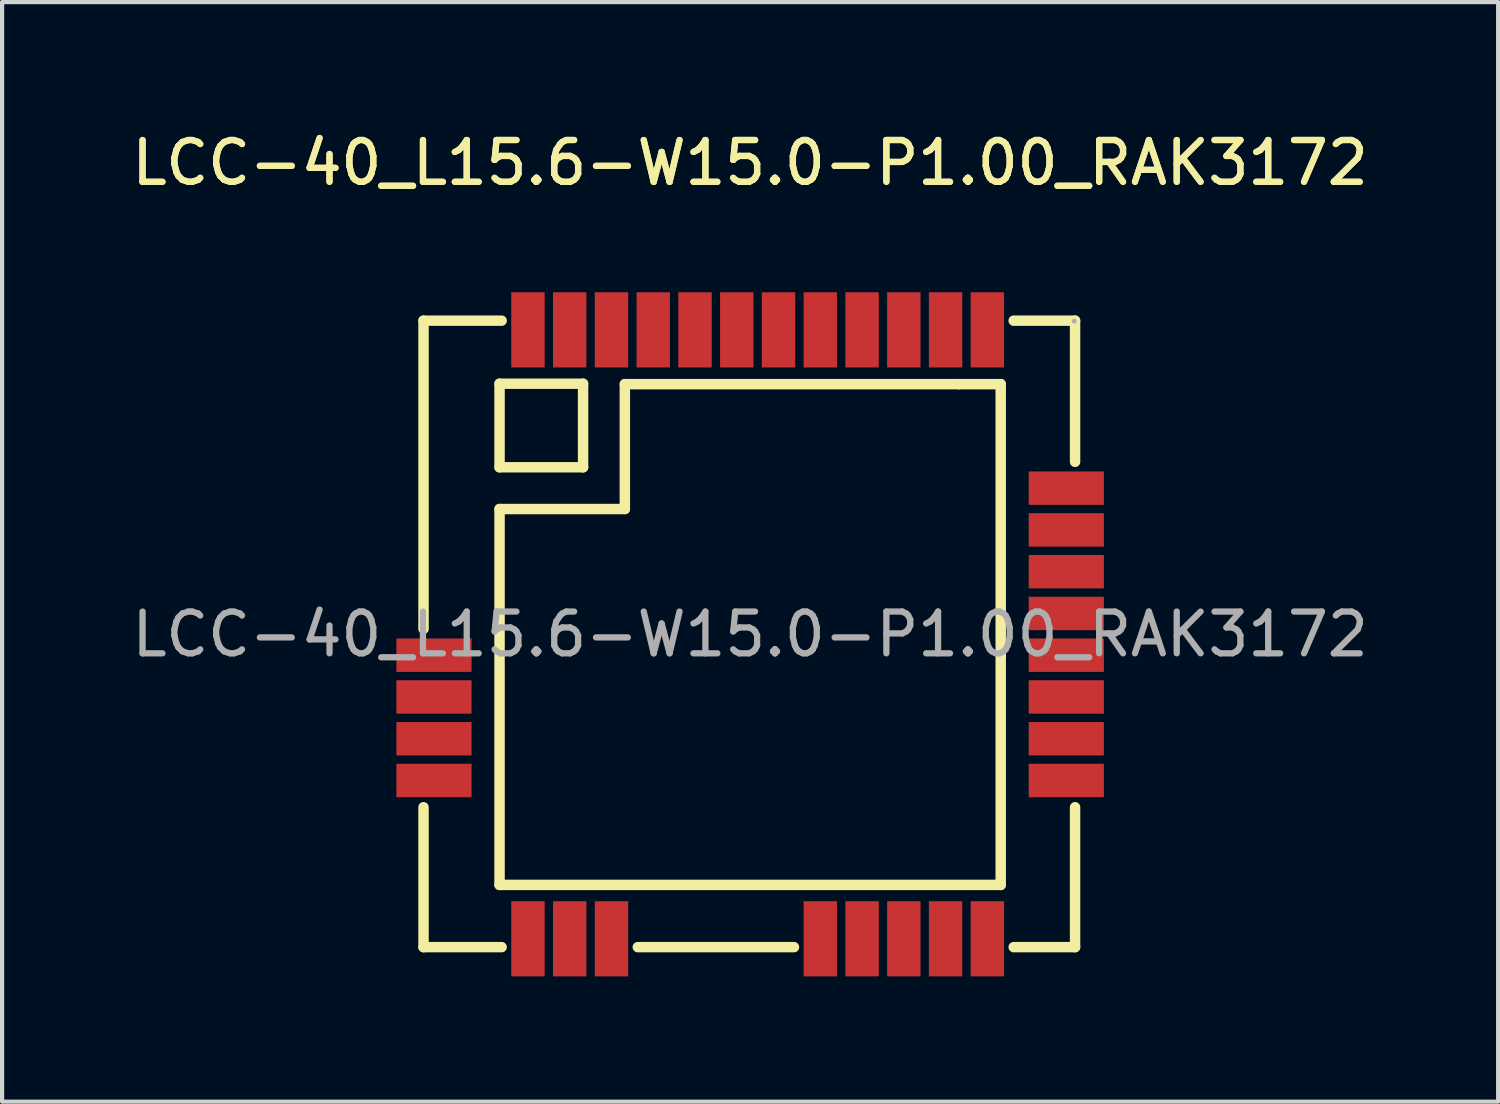
<source format=kicad_pcb>
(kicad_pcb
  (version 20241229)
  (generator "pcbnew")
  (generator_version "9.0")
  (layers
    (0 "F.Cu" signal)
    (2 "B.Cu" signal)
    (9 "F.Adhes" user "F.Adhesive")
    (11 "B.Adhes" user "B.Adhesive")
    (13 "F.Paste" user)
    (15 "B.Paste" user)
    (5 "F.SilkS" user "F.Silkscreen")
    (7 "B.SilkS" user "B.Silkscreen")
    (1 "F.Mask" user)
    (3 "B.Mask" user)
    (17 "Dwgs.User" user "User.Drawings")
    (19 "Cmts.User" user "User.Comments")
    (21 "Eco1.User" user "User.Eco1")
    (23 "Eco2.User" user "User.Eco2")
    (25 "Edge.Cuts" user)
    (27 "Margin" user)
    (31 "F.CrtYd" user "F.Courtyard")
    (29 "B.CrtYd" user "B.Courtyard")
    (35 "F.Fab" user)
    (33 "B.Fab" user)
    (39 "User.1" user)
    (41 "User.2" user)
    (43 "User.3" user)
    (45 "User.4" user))
  (footprint "LCC-40_L15.6-W15.0-P1.00_RAK3172"
    (layer "F.Cu")
    (at 14.911 12.138)
    (property "Reference" "LCC-40_L15.6-W15.0-P1.00_RAK3172" (at 0 -11.29 0) (layer "F.SilkS") (effects (font (size 1 1) (thickness 0.15))))
    (attr smd)
    (fp_line (start -7.82 -7.51) (end -7.82 -0.13) (stroke (width 0.25) (type solid)) (layer "F.SilkS"))
    (fp_line (start -7.82 4.14) (end -7.82 7.49) (stroke (width 0.25) (type solid)) (layer "F.SilkS"))
    (fp_line (start -7.82 7.49) (end -5.95 7.49) (stroke (width 0.25) (type solid)) (layer "F.SilkS"))
    (fp_line (start -6 -6) (end -4 -6) (stroke (width 0.25) (type solid)) (layer "F.SilkS"))
    (fp_line (start -6 -4) (end -6 -6) (stroke (width 0.25) (type solid)) (layer "F.SilkS"))
    (fp_line (start -6 -3) (end -3 -3) (stroke (width 0.25) (type solid)) (layer "F.SilkS"))
    (fp_line (start -6 6) (end -6 -3) (stroke (width 0.25) (type solid)) (layer "F.SilkS"))
    (fp_line (start -5.95 -7.51) (end -7.82 -7.51) (stroke (width 0.25) (type solid)) (layer "F.SilkS"))
    (fp_line (start -4 -6) (end -4 -4) (stroke (width 0.25) (type solid)) (layer "F.SilkS"))
    (fp_line (start -4 -4) (end -6 -4) (stroke (width 0.25) (type solid)) (layer "F.SilkS"))
    (fp_line (start -3 -5.99) (end 5 -5.99) (stroke (width 0.25) (type solid)) (layer "F.SilkS"))
    (fp_line (start -3 -3) (end -3 -5.99) (stroke (width 0.25) (type solid)) (layer "F.SilkS"))
    (fp_line (start -2.69 7.49) (end 1.05 7.49) (stroke (width 0.25) (type solid)) (layer "F.SilkS"))
    (fp_line (start 5 -5.99) (end 6 -5.99) (stroke (width 0.25) (type solid)) (layer "F.SilkS"))
    (fp_line (start 6 -5.99) (end 6 6) (stroke (width 0.25) (type solid)) (layer "F.SilkS"))
    (fp_line (start 6 6) (end -6 6) (stroke (width 0.25) (type solid)) (layer "F.SilkS"))
    (fp_line (start 6.31 7.49) (end 7.78 7.49) (stroke (width 0.25) (type solid)) (layer "F.SilkS"))
    (fp_line (start 7.78 -7.51) (end 6.31 -7.51) (stroke (width 0.25) (type solid)) (layer "F.SilkS"))
    (fp_line (start 7.78 -4.13) (end 7.78 -7.51) (stroke (width 0.25) (type solid)) (layer "F.SilkS"))
    (fp_line (start 7.78 7.49) (end 7.78 4.14) (stroke (width 0.25) (type solid)) (layer "F.SilkS"))
    (fp_circle (center 7.76 -7.5) (end 7.79 -7.5) (stroke (width 0.06) (type solid)) (fill no) (layer "F.Fab"))
    (fp_text user "${REFERENCE}" (at 0 -11.29 0) (layer "F.SilkS") (effects (font (size 1 1) (thickness 0.15))))
    (fp_text user "${REFERENCE}" (at 0 0 0) (layer "F.Fab") (effects (font (size 1 1) (thickness 0.15))))
    (pad "1" smd rect (at 5.68 -7.29 270) (size 1.8 0.8) (layers "F.Cu" "F.Mask" "F.Paste"))
    (pad "2" smd rect (at 4.68 -7.29 270) (size 1.8 0.8) (layers "F.Cu" "F.Mask" "F.Paste"))
    (pad "3" smd rect (at 3.68 -7.29 270) (size 1.8 0.8) (layers "F.Cu" "F.Mask" "F.Paste"))
    (pad "4" smd rect (at 2.68 -7.29 270) (size 1.8 0.8) (layers "F.Cu" "F.Mask" "F.Paste"))
    (pad "5" smd rect (at 1.68 -7.29 270) (size 1.8 0.8) (layers "F.Cu" "F.Mask" "F.Paste"))
    (pad "6" smd rect (at 0.68 -7.29 270) (size 1.8 0.8) (layers "F.Cu" "F.Mask" "F.Paste"))
    (pad "7" smd rect (at -0.32 -7.29 270) (size 1.8 0.8) (layers "F.Cu" "F.Mask" "F.Paste"))
    (pad "8" smd rect (at -1.32 -7.29 270) (size 1.8 0.8) (layers "F.Cu" "F.Mask" "F.Paste"))
    (pad "9" smd rect (at -2.32 -7.29 270) (size 1.8 0.8) (layers "F.Cu" "F.Mask" "F.Paste"))
    (pad "10" smd rect (at -3.32 -7.29 270) (size 1.8 0.8) (layers "F.Cu" "F.Mask" "F.Paste"))
    (pad "11" smd rect (at -4.32 -7.29 270) (size 1.8 0.8) (layers "F.Cu" "F.Mask" "F.Paste"))
    (pad "12" smd rect (at -5.32 -7.29 270) (size 1.8 0.8) (layers "F.Cu" "F.Mask" "F.Paste"))
    (pad "13" smd rect (at -7.57 0.5 270) (size 0.8 1.8) (layers "F.Cu" "F.Mask" "F.Paste"))
    (pad "14" smd rect (at -7.57 1.5 270) (size 0.8 1.8) (layers "F.Cu" "F.Mask" "F.Paste"))
    (pad "15" smd rect (at -7.57 2.5 270) (size 0.8 1.8) (layers "F.Cu" "F.Mask" "F.Paste"))
    (pad "16" smd rect (at -7.57 3.5 270) (size 0.8 1.8) (layers "F.Cu" "F.Mask" "F.Paste"))
    (pad "17" smd rect (at -5.32 7.29 270) (size 1.8 0.8) (layers "F.Cu" "F.Mask" "F.Paste"))
    (pad "18" smd rect (at -4.32 7.29 270) (size 1.8 0.8) (layers "F.Cu" "F.Mask" "F.Paste"))
    (pad "19" smd rect (at -3.32 7.29 270) (size 1.8 0.8) (layers "F.Cu" "F.Mask" "F.Paste"))
    (pad "20" smd rect (at 1.68 7.29 270) (size 1.8 0.8) (layers "F.Cu" "F.Mask" "F.Paste"))
    (pad "21" smd rect (at 2.68 7.29 270) (size 1.8 0.8) (layers "F.Cu" "F.Mask" "F.Paste"))
    (pad "22" smd rect (at 3.68 7.29 270) (size 1.8 0.8) (layers "F.Cu" "F.Mask" "F.Paste"))
    (pad "23" smd rect (at 4.68 7.29 270) (size 1.8 0.8) (layers "F.Cu" "F.Mask" "F.Paste"))
    (pad "24" smd rect (at 5.68 7.29 270) (size 1.8 0.8) (layers "F.Cu" "F.Mask" "F.Paste"))
    (pad "25" smd rect (at 7.57 3.5 270) (size 0.8 1.8) (layers "F.Cu" "F.Mask" "F.Paste"))
    (pad "26" smd rect (at 7.57 2.5 270) (size 0.8 1.8) (layers "F.Cu" "F.Mask" "F.Paste"))
    (pad "27" smd rect (at 7.57 1.5 270) (size 0.8 1.8) (layers "F.Cu" "F.Mask" "F.Paste"))
    (pad "28" smd rect (at 7.57 0.5 270) (size 0.8 1.8) (layers "F.Cu" "F.Mask" "F.Paste"))
    (pad "29" smd rect (at 7.57 -0.5 270) (size 0.8 1.8) (layers "F.Cu" "F.Mask" "F.Paste"))
    (pad "30" smd rect (at 7.57 -1.5 270) (size 0.8 1.8) (layers "F.Cu" "F.Mask" "F.Paste"))
    (pad "31" smd rect (at 7.57 -2.5 270) (size 0.8 1.8) (layers "F.Cu" "F.Mask" "F.Paste"))
    (pad "32" smd rect (at 7.57 -3.5 270) (size 0.8 1.8) (layers "F.Cu" "F.Mask" "F.Paste")))
  (gr_rect
    (start -3 -3)
    (end 32.821 23.328)
    (stroke (width 0.1) (type default))
    (fill no)
    (layer "Edge.Cuts")))
</source>
